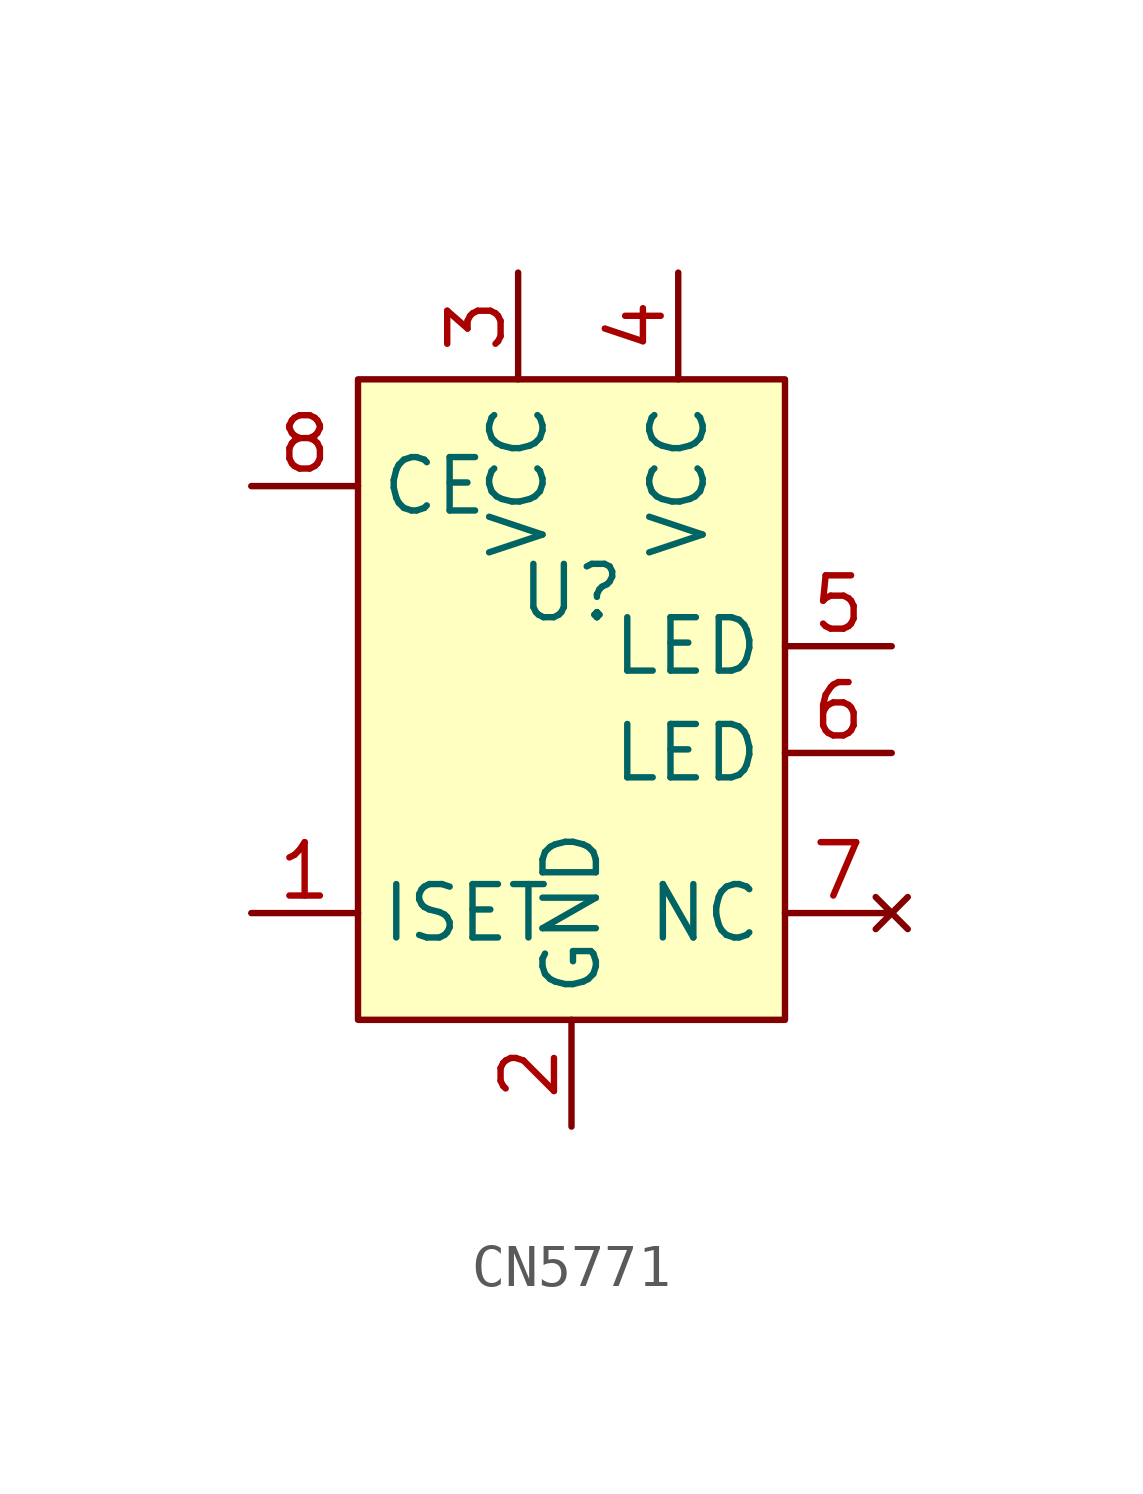
<source format=kicad_sym>
(kicad_symbol_lib
  (version 20220914)
  (generator kicad_symbol_editor)
  (symbol "CN5771"
    (property "Reference" "U"
      (at 0 2.54 0)
      (effects (font (size 1.27 1.27))))
    (property "Value" ""
      (at 0 0 0)
      (effects (font (size 1.27 1.27))))
    (symbol "CN5771_0_1"
      (rectangle (start -5.08 7.62) (end 5.08 -7.62) (stroke (width 0) (type default)) (fill (type background))))
    (symbol "CN5771_1_1"
      (pin input line (at -7.62 -5.08 0) (length 2.54) (name "ISET" (effects (font (size 1.27 1.27)))) (number "1" (effects (font (size 1.27 1.27)))))
      (pin input line (at 0 -10.16 90) (length 2.54) (name "GND" (effects (font (size 1.27 1.27)))) (number "2" (effects (font (size 1.27 1.27)))))
      (pin input line (at -1.27 10.16 270) (length 2.54) (name "VCC" (effects (font (size 1.27 1.27)))) (number "3" (effects (font (size 1.27 1.27)))))
      (pin input line (at 2.54 10.16 270) (length 2.54) (name "VCC" (effects (font (size 1.27 1.27)))) (number "4" (effects (font (size 1.27 1.27)))))
      (pin input line (at 7.62 1.27 180) (length 2.54) (name "LED" (effects (font (size 1.27 1.27)))) (number "5" (effects (font (size 1.27 1.27)))))
      (pin input line (at 7.62 -1.27 180) (length 2.54) (name "LED" (effects (font (size 1.27 1.27)))) (number "6" (effects (font (size 1.27 1.27)))))
      (pin no_connect line (at 7.62 -5.08 180) (length 2.54) (name "NC" (effects (font (size 1.27 1.27)))) (number "7" (effects (font (size 1.27 1.27)))))
      (pin input line (at -7.62 5.08 0) (length 2.54) (name "CE" (effects (font (size 1.27 1.27)))) (number "8" (effects (font (size 1.27 1.27))))))))
</source>
